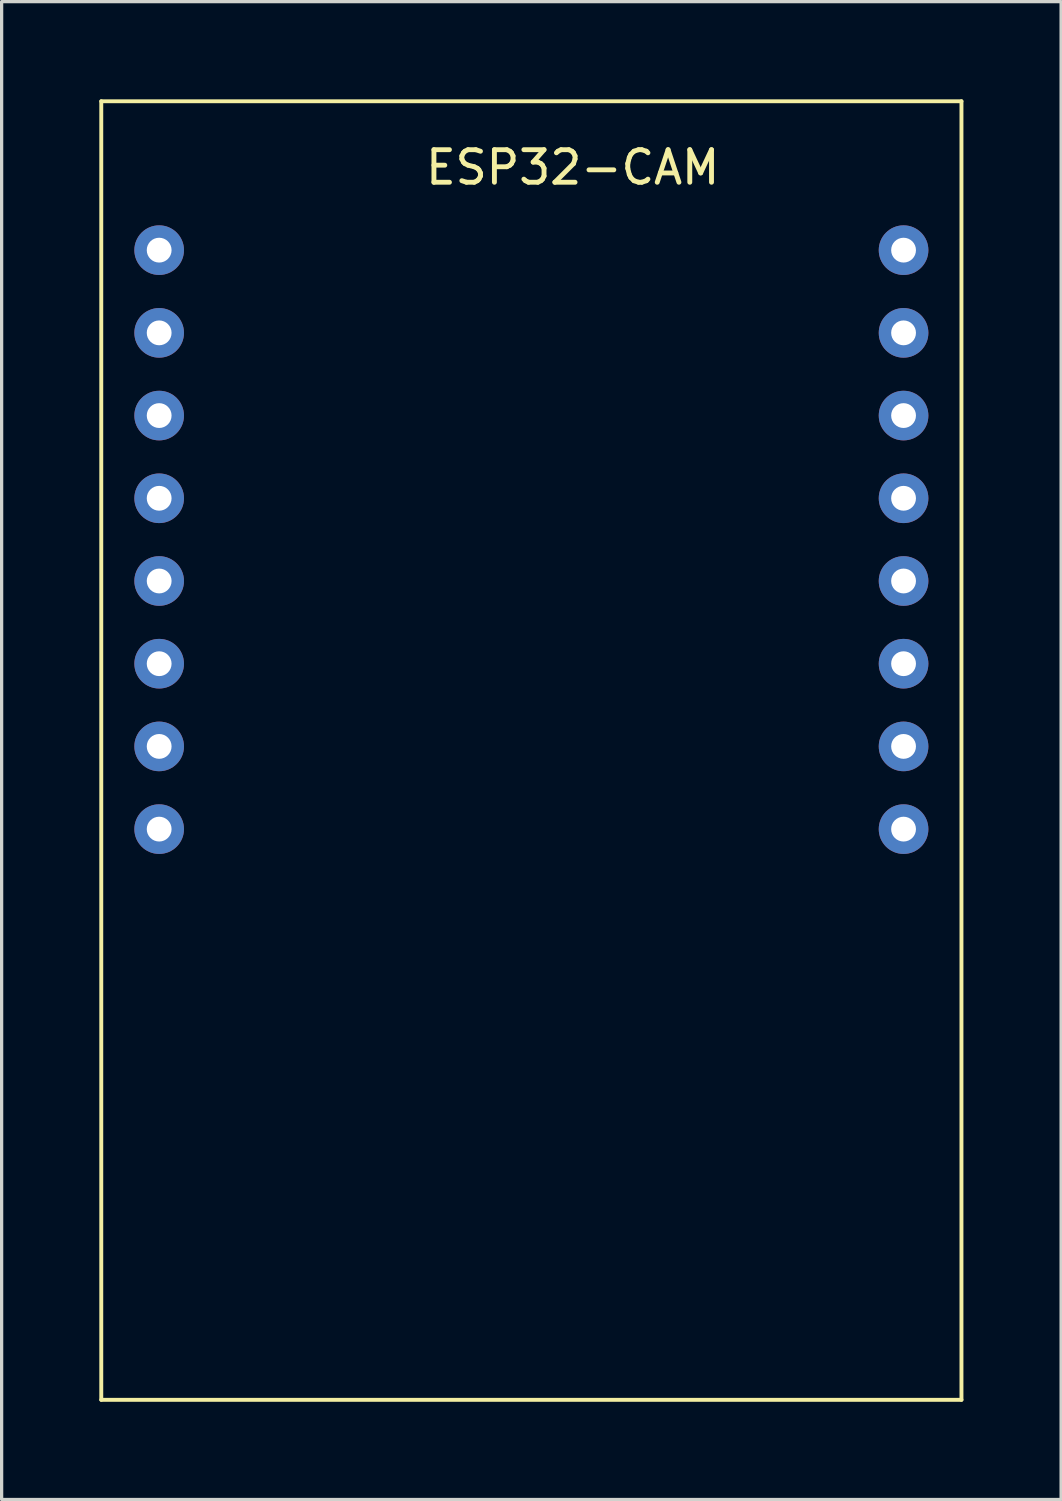
<source format=kicad_pcb>
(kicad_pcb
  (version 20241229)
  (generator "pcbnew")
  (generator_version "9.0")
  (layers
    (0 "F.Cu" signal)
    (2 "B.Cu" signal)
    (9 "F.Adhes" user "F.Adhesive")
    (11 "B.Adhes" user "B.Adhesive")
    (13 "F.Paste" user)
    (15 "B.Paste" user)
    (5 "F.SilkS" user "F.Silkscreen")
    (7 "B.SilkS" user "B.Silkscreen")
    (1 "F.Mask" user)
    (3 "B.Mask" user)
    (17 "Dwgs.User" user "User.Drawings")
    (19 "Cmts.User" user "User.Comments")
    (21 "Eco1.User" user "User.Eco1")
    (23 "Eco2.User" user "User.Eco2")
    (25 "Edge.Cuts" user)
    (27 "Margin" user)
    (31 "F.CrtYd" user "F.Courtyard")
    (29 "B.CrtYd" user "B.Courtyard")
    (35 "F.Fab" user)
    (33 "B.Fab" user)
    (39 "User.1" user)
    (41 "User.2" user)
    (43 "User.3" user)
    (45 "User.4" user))
  (footprint "ESP32-CAM"
    (layer "F.Cu")
    (at 14.538 12.252)
    (property "Reference" "ESP32-CAM" (at 0 -10.16 0) (layer "F.SilkS") (effects (font (size 1 1) (thickness 0.15))))
    (attr through_hole)
    (fp_line (start -14.478 -12.192) (end -14.478 27.686) (stroke (width 0.12) (type solid)) (layer "F.SilkS"))
    (fp_line (start -14.478 27.686) (end 11.938 27.686) (stroke (width 0.12) (type solid)) (layer "F.SilkS"))
    (fp_line (start 11.938 -12.192) (end -14.478 -12.192) (stroke (width 0.12) (type solid)) (layer "F.SilkS"))
    (fp_line (start 11.938 27.686) (end 11.938 -12.192) (stroke (width 0.12) (type solid)) (layer "F.SilkS"))
    (pad "1" thru_hole circle (at -12.7 -7.62) (size 1.524 1.524) (drill 0.762) (layers "*.Cu" "*.Mask"))
    (pad "2" thru_hole circle (at -12.7 -5.08) (size 1.524 1.524) (drill 0.762) (layers "*.Cu" "*.Mask"))
    (pad "3" thru_hole circle (at -12.7 -2.54) (size 1.524 1.524) (drill 0.762) (layers "*.Cu" "*.Mask"))
    (pad "4" thru_hole circle (at -12.7 0) (size 1.524 1.524) (drill 0.762) (layers "*.Cu" "*.Mask"))
    (pad "5" thru_hole circle (at -12.7 2.54) (size 1.524 1.524) (drill 0.762) (layers "*.Cu" "*.Mask"))
    (pad "6" thru_hole circle (at -12.7 5.08) (size 1.524 1.524) (drill 0.762) (layers "*.Cu" "*.Mask"))
    (pad "7" thru_hole circle (at -12.7 7.62) (size 1.524 1.524) (drill 0.762) (layers "*.Cu" "*.Mask"))
    (pad "8" thru_hole circle (at -12.7 10.16) (size 1.524 1.524) (drill 0.762) (layers "*.Cu" "*.Mask"))
    (pad "9" thru_hole circle (at 10.16 10.16) (size 1.524 1.524) (drill 0.762) (layers "*.Cu" "*.Mask"))
    (pad "10" thru_hole circle (at 10.16 7.62) (size 1.524 1.524) (drill 0.762) (layers "*.Cu" "*.Mask"))
    (pad "11" thru_hole circle (at 10.16 5.08) (size 1.524 1.524) (drill 0.762) (layers "*.Cu" "*.Mask"))
    (pad "12" thru_hole circle (at 10.16 2.54) (size 1.524 1.524) (drill 0.762) (layers "*.Cu" "*.Mask"))
    (pad "13" thru_hole circle (at 10.16 0) (size 1.524 1.524) (drill 0.762) (layers "*.Cu" "*.Mask"))
    (pad "14" thru_hole circle (at 10.16 -2.54) (size 1.524 1.524) (drill 0.762) (layers "*.Cu" "*.Mask"))
    (pad "15" thru_hole circle (at 10.16 -5.08) (size 1.524 1.524) (drill 0.762) (layers "*.Cu" "*.Mask"))
    (pad "16" thru_hole circle (at 10.16 -7.62) (size 1.524 1.524) (drill 0.762) (layers "*.Cu" "*.Mask")))
  (gr_rect
    (start -3 -3)
    (end 29.536 42.998)
    (stroke (width 0.1) (type default))
    (fill no)
    (layer "Edge.Cuts")))
</source>
